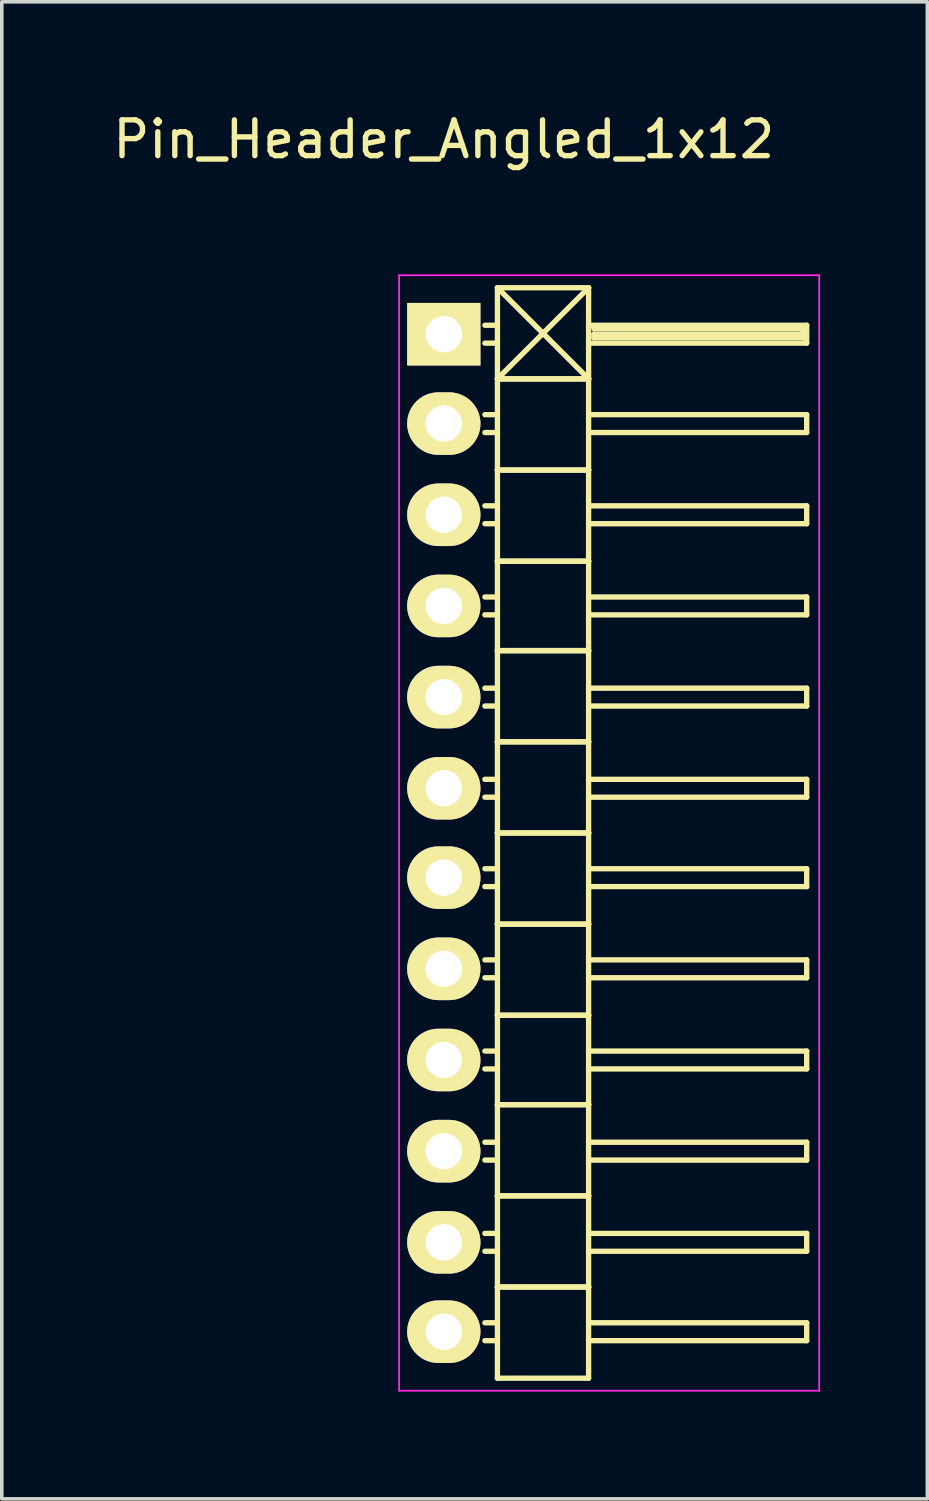
<source format=kicad_pcb>
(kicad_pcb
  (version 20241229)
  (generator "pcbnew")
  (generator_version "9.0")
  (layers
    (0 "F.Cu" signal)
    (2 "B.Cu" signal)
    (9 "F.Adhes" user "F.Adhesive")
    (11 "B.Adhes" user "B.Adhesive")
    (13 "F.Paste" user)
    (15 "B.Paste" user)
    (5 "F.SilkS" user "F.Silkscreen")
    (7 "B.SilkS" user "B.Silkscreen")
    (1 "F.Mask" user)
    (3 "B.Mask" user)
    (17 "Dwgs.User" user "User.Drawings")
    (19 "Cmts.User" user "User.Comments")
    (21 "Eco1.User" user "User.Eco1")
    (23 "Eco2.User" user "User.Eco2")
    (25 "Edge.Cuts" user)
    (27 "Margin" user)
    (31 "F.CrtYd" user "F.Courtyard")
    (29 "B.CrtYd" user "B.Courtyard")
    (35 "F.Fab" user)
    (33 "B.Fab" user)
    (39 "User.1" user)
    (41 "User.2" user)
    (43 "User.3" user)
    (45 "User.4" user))
  (footprint "Pin_Header_Angled_1x12"
    (layer "F.Cu")
    (at 9.363 6.298)
    (property "Reference" "Pin_Header_Angled_1x12" (at 0 -5.45 0) (layer "F.SilkS") (effects (font (size 1 1) (thickness 0.15))))
    (attr through_hole)
    (fp_line (start 1.5 -1.3) (end 1.5 1.25) (stroke (width 0.15) (type solid)) (layer "F.SilkS"))
    (fp_line (start 1.5 -1.3) (end 4.05 -1.3) (stroke (width 0.15) (type solid)) (layer "F.SilkS"))
    (fp_line (start 1.5 -0.25) (end 1.15 -0.25) (stroke (width 0.15) (type solid)) (layer "F.SilkS"))
    (fp_line (start 1.5 0.25) (end 1.15 0.25) (stroke (width 0.15) (type solid)) (layer "F.SilkS"))
    (fp_line (start 1.5 1.25) (end 1.5 3.8) (stroke (width 0.15) (type solid)) (layer "F.SilkS"))
    (fp_line (start 1.5 1.25) (end 4.05 1.25) (stroke (width 0.15) (type solid)) (layer "F.SilkS"))
    (fp_line (start 1.5 1.25) (end 4.05 1.25) (stroke (width 0.15) (type solid)) (layer "F.SilkS"))
    (fp_line (start 1.5 2.25) (end 1.15 2.25) (stroke (width 0.15) (type solid)) (layer "F.SilkS"))
    (fp_line (start 1.5 2.75) (end 1.15 2.75) (stroke (width 0.15) (type solid)) (layer "F.SilkS"))
    (fp_line (start 1.5 3.8) (end 1.5 6.35) (stroke (width 0.15) (type solid)) (layer "F.SilkS"))
    (fp_line (start 1.5 3.8) (end 4.05 3.8) (stroke (width 0.15) (type solid)) (layer "F.SilkS"))
    (fp_line (start 1.5 3.8) (end 4.05 3.8) (stroke (width 0.15) (type solid)) (layer "F.SilkS"))
    (fp_line (start 1.5 4.8) (end 1.15 4.8) (stroke (width 0.15) (type solid)) (layer "F.SilkS"))
    (fp_line (start 1.5 5.3) (end 1.15 5.3) (stroke (width 0.15) (type solid)) (layer "F.SilkS"))
    (fp_line (start 1.5 6.35) (end 1.5 8.85) (stroke (width 0.15) (type solid)) (layer "F.SilkS"))
    (fp_line (start 1.5 6.35) (end 4.05 6.35) (stroke (width 0.15) (type solid)) (layer "F.SilkS"))
    (fp_line (start 1.5 6.35) (end 4.05 6.35) (stroke (width 0.15) (type solid)) (layer "F.SilkS"))
    (fp_line (start 1.5 7.35) (end 1.15 7.35) (stroke (width 0.15) (type solid)) (layer "F.SilkS"))
    (fp_line (start 1.5 7.85) (end 1.15 7.85) (stroke (width 0.15) (type solid)) (layer "F.SilkS"))
    (fp_line (start 1.5 8.85) (end 1.5 11.4) (stroke (width 0.15) (type solid)) (layer "F.SilkS"))
    (fp_line (start 1.5 8.85) (end 4.05 8.85) (stroke (width 0.15) (type solid)) (layer "F.SilkS"))
    (fp_line (start 1.5 8.85) (end 4.05 8.85) (stroke (width 0.15) (type solid)) (layer "F.SilkS"))
    (fp_line (start 1.5 9.9) (end 1.15 9.9) (stroke (width 0.15) (type solid)) (layer "F.SilkS"))
    (fp_line (start 1.5 10.4) (end 1.15 10.4) (stroke (width 0.15) (type solid)) (layer "F.SilkS"))
    (fp_line (start 1.5 11.4) (end 1.5 13.95) (stroke (width 0.15) (type solid)) (layer "F.SilkS"))
    (fp_line (start 1.5 11.4) (end 4.05 11.4) (stroke (width 0.15) (type solid)) (layer "F.SilkS"))
    (fp_line (start 1.5 11.4) (end 4.05 11.4) (stroke (width 0.15) (type solid)) (layer "F.SilkS"))
    (fp_line (start 1.5 12.45) (end 1.15 12.45) (stroke (width 0.15) (type solid)) (layer "F.SilkS"))
    (fp_line (start 1.5 12.95) (end 1.15 12.95) (stroke (width 0.15) (type solid)) (layer "F.SilkS"))
    (fp_line (start 1.5 13.95) (end 1.5 16.5) (stroke (width 0.15) (type solid)) (layer "F.SilkS"))
    (fp_line (start 1.5 13.95) (end 4.05 13.95) (stroke (width 0.15) (type solid)) (layer "F.SilkS"))
    (fp_line (start 1.5 13.95) (end 4.05 13.95) (stroke (width 0.15) (type solid)) (layer "F.SilkS"))
    (fp_line (start 1.5 14.95) (end 1.15 14.95) (stroke (width 0.15) (type solid)) (layer "F.SilkS"))
    (fp_line (start 1.5 15.45) (end 1.15 15.45) (stroke (width 0.15) (type solid)) (layer "F.SilkS"))
    (fp_line (start 1.5 16.5) (end 1.5 19.05) (stroke (width 0.15) (type solid)) (layer "F.SilkS"))
    (fp_line (start 1.5 16.5) (end 4.05 16.5) (stroke (width 0.15) (type solid)) (layer "F.SilkS"))
    (fp_line (start 1.5 16.5) (end 4.05 16.5) (stroke (width 0.15) (type solid)) (layer "F.SilkS"))
    (fp_line (start 1.5 17.5) (end 1.15 17.5) (stroke (width 0.15) (type solid)) (layer "F.SilkS"))
    (fp_line (start 1.5 18) (end 1.15 18) (stroke (width 0.15) (type solid)) (layer "F.SilkS"))
    (fp_line (start 1.5 19.05) (end 1.5 21.55) (stroke (width 0.15) (type solid)) (layer "F.SilkS"))
    (fp_line (start 1.5 19.05) (end 4.05 19.05) (stroke (width 0.15) (type solid)) (layer "F.SilkS"))
    (fp_line (start 1.5 19.05) (end 4.05 19.05) (stroke (width 0.15) (type solid)) (layer "F.SilkS"))
    (fp_line (start 1.5 20.05) (end 1.15 20.05) (stroke (width 0.15) (type solid)) (layer "F.SilkS"))
    (fp_line (start 1.5 20.55) (end 1.15 20.55) (stroke (width 0.15) (type solid)) (layer "F.SilkS"))
    (fp_line (start 1.5 21.55) (end 1.5 24.1) (stroke (width 0.15) (type solid)) (layer "F.SilkS"))
    (fp_line (start 1.5 21.55) (end 4.05 21.55) (stroke (width 0.15) (type solid)) (layer "F.SilkS"))
    (fp_line (start 1.5 21.55) (end 4.05 21.55) (stroke (width 0.15) (type solid)) (layer "F.SilkS"))
    (fp_line (start 1.5 22.6) (end 1.15 22.6) (stroke (width 0.15) (type solid)) (layer "F.SilkS"))
    (fp_line (start 1.5 23.1) (end 1.15 23.1) (stroke (width 0.15) (type solid)) (layer "F.SilkS"))
    (fp_line (start 1.5 24.1) (end 1.5 26.65) (stroke (width 0.15) (type solid)) (layer "F.SilkS"))
    (fp_line (start 1.5 24.1) (end 4.05 24.1) (stroke (width 0.15) (type solid)) (layer "F.SilkS"))
    (fp_line (start 1.5 24.1) (end 4.05 24.1) (stroke (width 0.15) (type solid)) (layer "F.SilkS"))
    (fp_line (start 1.5 25.15) (end 1.15 25.15) (stroke (width 0.15) (type solid)) (layer "F.SilkS"))
    (fp_line (start 1.5 25.65) (end 1.15 25.65) (stroke (width 0.15) (type solid)) (layer "F.SilkS"))
    (fp_line (start 1.5 26.65) (end 1.5 29.2) (stroke (width 0.15) (type solid)) (layer "F.SilkS"))
    (fp_line (start 1.5 26.65) (end 4.05 26.65) (stroke (width 0.15) (type solid)) (layer "F.SilkS"))
    (fp_line (start 1.5 26.65) (end 4.05 26.65) (stroke (width 0.15) (type solid)) (layer "F.SilkS"))
    (fp_line (start 1.5 27.65) (end 1.15 27.65) (stroke (width 0.15) (type solid)) (layer "F.SilkS"))
    (fp_line (start 1.5 28.15) (end 1.15 28.15) (stroke (width 0.15) (type solid)) (layer "F.SilkS"))
    (fp_line (start 1.5 29.2) (end 4.05 29.2) (stroke (width 0.15) (type solid)) (layer "F.SilkS"))
    (fp_line (start 4.05 -1.3) (end 1.5 1.25) (stroke (width 0.15) (type solid)) (layer "F.SilkS"))
    (fp_line (start 4.05 -0.25) (end 10.15 -0.25) (stroke (width 0.15) (type solid)) (layer "F.SilkS"))
    (fp_line (start 4.05 1.25) (end 1.5 -1.3) (stroke (width 0.15) (type solid)) (layer "F.SilkS"))
    (fp_line (start 4.05 1.25) (end 4.05 -1.3) (stroke (width 0.15) (type solid)) (layer "F.SilkS"))
    (fp_line (start 4.05 2.25) (end 10.15 2.25) (stroke (width 0.15) (type solid)) (layer "F.SilkS"))
    (fp_line (start 4.05 3.8) (end 4.05 1.25) (stroke (width 0.15) (type solid)) (layer "F.SilkS"))
    (fp_line (start 4.05 4.8) (end 10.15 4.8) (stroke (width 0.15) (type solid)) (layer "F.SilkS"))
    (fp_line (start 4.05 6.35) (end 4.05 3.8) (stroke (width 0.15) (type solid)) (layer "F.SilkS"))
    (fp_line (start 4.05 7.35) (end 10.15 7.35) (stroke (width 0.15) (type solid)) (layer "F.SilkS"))
    (fp_line (start 4.05 8.85) (end 4.05 6.35) (stroke (width 0.15) (type solid)) (layer "F.SilkS"))
    (fp_line (start 4.05 9.9) (end 10.15 9.9) (stroke (width 0.15) (type solid)) (layer "F.SilkS"))
    (fp_line (start 4.05 11.4) (end 4.05 8.85) (stroke (width 0.15) (type solid)) (layer "F.SilkS"))
    (fp_line (start 4.05 12.45) (end 10.15 12.45) (stroke (width 0.15) (type solid)) (layer "F.SilkS"))
    (fp_line (start 4.05 13.95) (end 4.05 11.4) (stroke (width 0.15) (type solid)) (layer "F.SilkS"))
    (fp_line (start 4.05 14.95) (end 10.15 14.95) (stroke (width 0.15) (type solid)) (layer "F.SilkS"))
    (fp_line (start 4.05 16.5) (end 4.05 13.95) (stroke (width 0.15) (type solid)) (layer "F.SilkS"))
    (fp_line (start 4.05 17.5) (end 10.15 17.5) (stroke (width 0.15) (type solid)) (layer "F.SilkS"))
    (fp_line (start 4.05 19.05) (end 4.05 16.5) (stroke (width 0.15) (type solid)) (layer "F.SilkS"))
    (fp_line (start 4.05 20.05) (end 10.15 20.05) (stroke (width 0.15) (type solid)) (layer "F.SilkS"))
    (fp_line (start 4.05 21.55) (end 4.05 19.05) (stroke (width 0.15) (type solid)) (layer "F.SilkS"))
    (fp_line (start 4.05 22.6) (end 10.15 22.6) (stroke (width 0.15) (type solid)) (layer "F.SilkS"))
    (fp_line (start 4.05 24.1) (end 4.05 21.55) (stroke (width 0.15) (type solid)) (layer "F.SilkS"))
    (fp_line (start 4.05 25.15) (end 10.15 25.15) (stroke (width 0.15) (type solid)) (layer "F.SilkS"))
    (fp_line (start 4.05 26.65) (end 4.05 24.1) (stroke (width 0.15) (type solid)) (layer "F.SilkS"))
    (fp_line (start 4.05 27.65) (end 10.15 27.65) (stroke (width 0.15) (type solid)) (layer "F.SilkS"))
    (fp_line (start 4.05 29.2) (end 4.05 26.65) (stroke (width 0.15) (type solid)) (layer "F.SilkS"))
    (fp_line (start 4.2 -0.15) (end 10.05 -0.15) (stroke (width 0.15) (type solid)) (layer "F.SilkS"))
    (fp_line (start 4.2 0) (end 10.05 0) (stroke (width 0.15) (type solid)) (layer "F.SilkS"))
    (fp_line (start 4.2 0.1) (end 4.2 0) (stroke (width 0.15) (type solid)) (layer "F.SilkS"))
    (fp_line (start 10.05 -0.15) (end 10.05 0.1) (stroke (width 0.15) (type solid)) (layer "F.SilkS"))
    (fp_line (start 10.05 0.1) (end 4.2 0.1) (stroke (width 0.15) (type solid)) (layer "F.SilkS"))
    (fp_line (start 10.15 -0.25) (end 10.15 0.25) (stroke (width 0.15) (type solid)) (layer "F.SilkS"))
    (fp_line (start 10.15 0.25) (end 4.05 0.25) (stroke (width 0.15) (type solid)) (layer "F.SilkS"))
    (fp_line (start 10.15 2.25) (end 10.15 2.75) (stroke (width 0.15) (type solid)) (layer "F.SilkS"))
    (fp_line (start 10.15 2.75) (end 4.05 2.75) (stroke (width 0.15) (type solid)) (layer "F.SilkS"))
    (fp_line (start 10.15 4.8) (end 10.15 5.3) (stroke (width 0.15) (type solid)) (layer "F.SilkS"))
    (fp_line (start 10.15 5.3) (end 4.05 5.3) (stroke (width 0.15) (type solid)) (layer "F.SilkS"))
    (fp_line (start 10.15 7.35) (end 10.15 7.85) (stroke (width 0.15) (type solid)) (layer "F.SilkS"))
    (fp_line (start 10.15 7.85) (end 4.05 7.85) (stroke (width 0.15) (type solid)) (layer "F.SilkS"))
    (fp_line (start 10.15 9.9) (end 10.15 10.4) (stroke (width 0.15) (type solid)) (layer "F.SilkS"))
    (fp_line (start 10.15 10.4) (end 4.05 10.4) (stroke (width 0.15) (type solid)) (layer "F.SilkS"))
    (fp_line (start 10.15 12.45) (end 10.15 12.95) (stroke (width 0.15) (type solid)) (layer "F.SilkS"))
    (fp_line (start 10.15 12.95) (end 4.05 12.95) (stroke (width 0.15) (type solid)) (layer "F.SilkS"))
    (fp_line (start 10.15 14.95) (end 10.15 15.45) (stroke (width 0.15) (type solid)) (layer "F.SilkS"))
    (fp_line (start 10.15 15.45) (end 4.05 15.45) (stroke (width 0.15) (type solid)) (layer "F.SilkS"))
    (fp_line (start 10.15 17.5) (end 10.15 18) (stroke (width 0.15) (type solid)) (layer "F.SilkS"))
    (fp_line (start 10.15 18) (end 4.05 18) (stroke (width 0.15) (type solid)) (layer "F.SilkS"))
    (fp_line (start 10.15 20.05) (end 10.15 20.55) (stroke (width 0.15) (type solid)) (layer "F.SilkS"))
    (fp_line (start 10.15 20.55) (end 4.05 20.55) (stroke (width 0.15) (type solid)) (layer "F.SilkS"))
    (fp_line (start 10.15 22.6) (end 10.15 23.1) (stroke (width 0.15) (type solid)) (layer "F.SilkS"))
    (fp_line (start 10.15 23.1) (end 4.05 23.1) (stroke (width 0.15) (type solid)) (layer "F.SilkS"))
    (fp_line (start 10.15 25.15) (end 10.15 25.65) (stroke (width 0.15) (type solid)) (layer "F.SilkS"))
    (fp_line (start 10.15 25.65) (end 4.05 25.65) (stroke (width 0.15) (type solid)) (layer "F.SilkS"))
    (fp_line (start 10.15 27.65) (end 10.15 28.15) (stroke (width 0.15) (type solid)) (layer "F.SilkS"))
    (fp_line (start 10.15 28.15) (end 4.05 28.15) (stroke (width 0.15) (type solid)) (layer "F.SilkS"))
    (fp_line (start -1.25 -1.65) (end -1.25 29.55) (stroke (width 0.05) (type solid)) (layer "F.CrtYd"))
    (fp_line (start -1.25 -1.65) (end 10.5 -1.65) (stroke (width 0.05) (type solid)) (layer "F.CrtYd"))
    (fp_line (start -1.25 29.55) (end 10.5 29.55) (stroke (width 0.05) (type solid)) (layer "F.CrtYd"))
    (fp_line (start 10.5 -1.65) (end 10.5 29.55) (stroke (width 0.05) (type solid)) (layer "F.CrtYd"))
    (pad "1" thru_hole rect (at 0 0) (size 2.05 1.75) (drill 1.016) (layers "*.Cu" "*.Mask" "F.SilkS"))
    (pad "2" thru_hole oval (at 0 2.5) (size 2.05 1.75) (drill 1.016) (layers "*.Cu" "*.Mask" "F.SilkS"))
    (pad "3" thru_hole oval (at 0 5.05) (size 2.05 1.75) (drill 1.016) (layers "*.Cu" "*.Mask" "F.SilkS"))
    (pad "4" thru_hole oval (at 0 7.6) (size 2.05 1.75) (drill 1.016) (layers "*.Cu" "*.Mask" "F.SilkS"))
    (pad "5" thru_hole oval (at 0 10.15) (size 2.05 1.75) (drill 1.016) (layers "*.Cu" "*.Mask" "F.SilkS"))
    (pad "6" thru_hole oval (at 0 12.7) (size 2.05 1.75) (drill 1.016) (layers "*.Cu" "*.Mask" "F.SilkS"))
    (pad "7" thru_hole oval (at 0 15.2) (size 2.05 1.75) (drill 1.016) (layers "*.Cu" "*.Mask" "F.SilkS"))
    (pad "8" thru_hole oval (at 0 17.75) (size 2.05 1.75) (drill 1.016) (layers "*.Cu" "*.Mask" "F.SilkS"))
    (pad "9" thru_hole oval (at 0 20.3) (size 2.05 1.75) (drill 1.016) (layers "*.Cu" "*.Mask" "F.SilkS"))
    (pad "10" thru_hole oval (at 0 22.85) (size 2.05 1.75) (drill 1.016) (layers "*.Cu" "*.Mask" "F.SilkS"))
    (pad "11" thru_hole oval (at 0 25.4) (size 2.05 1.75) (drill 1.016) (layers "*.Cu" "*.Mask" "F.SilkS"))
    (pad "12" thru_hole oval (at 0 27.9) (size 2.05 1.75) (drill 1.016) (layers "*.Cu" "*.Mask" "F.SilkS")))
  (gr_rect
    (start -3 -3)
    (end 22.888 38.873)
    (stroke (width 0.1) (type default))
    (fill no)
    (layer "Edge.Cuts")))
</source>
